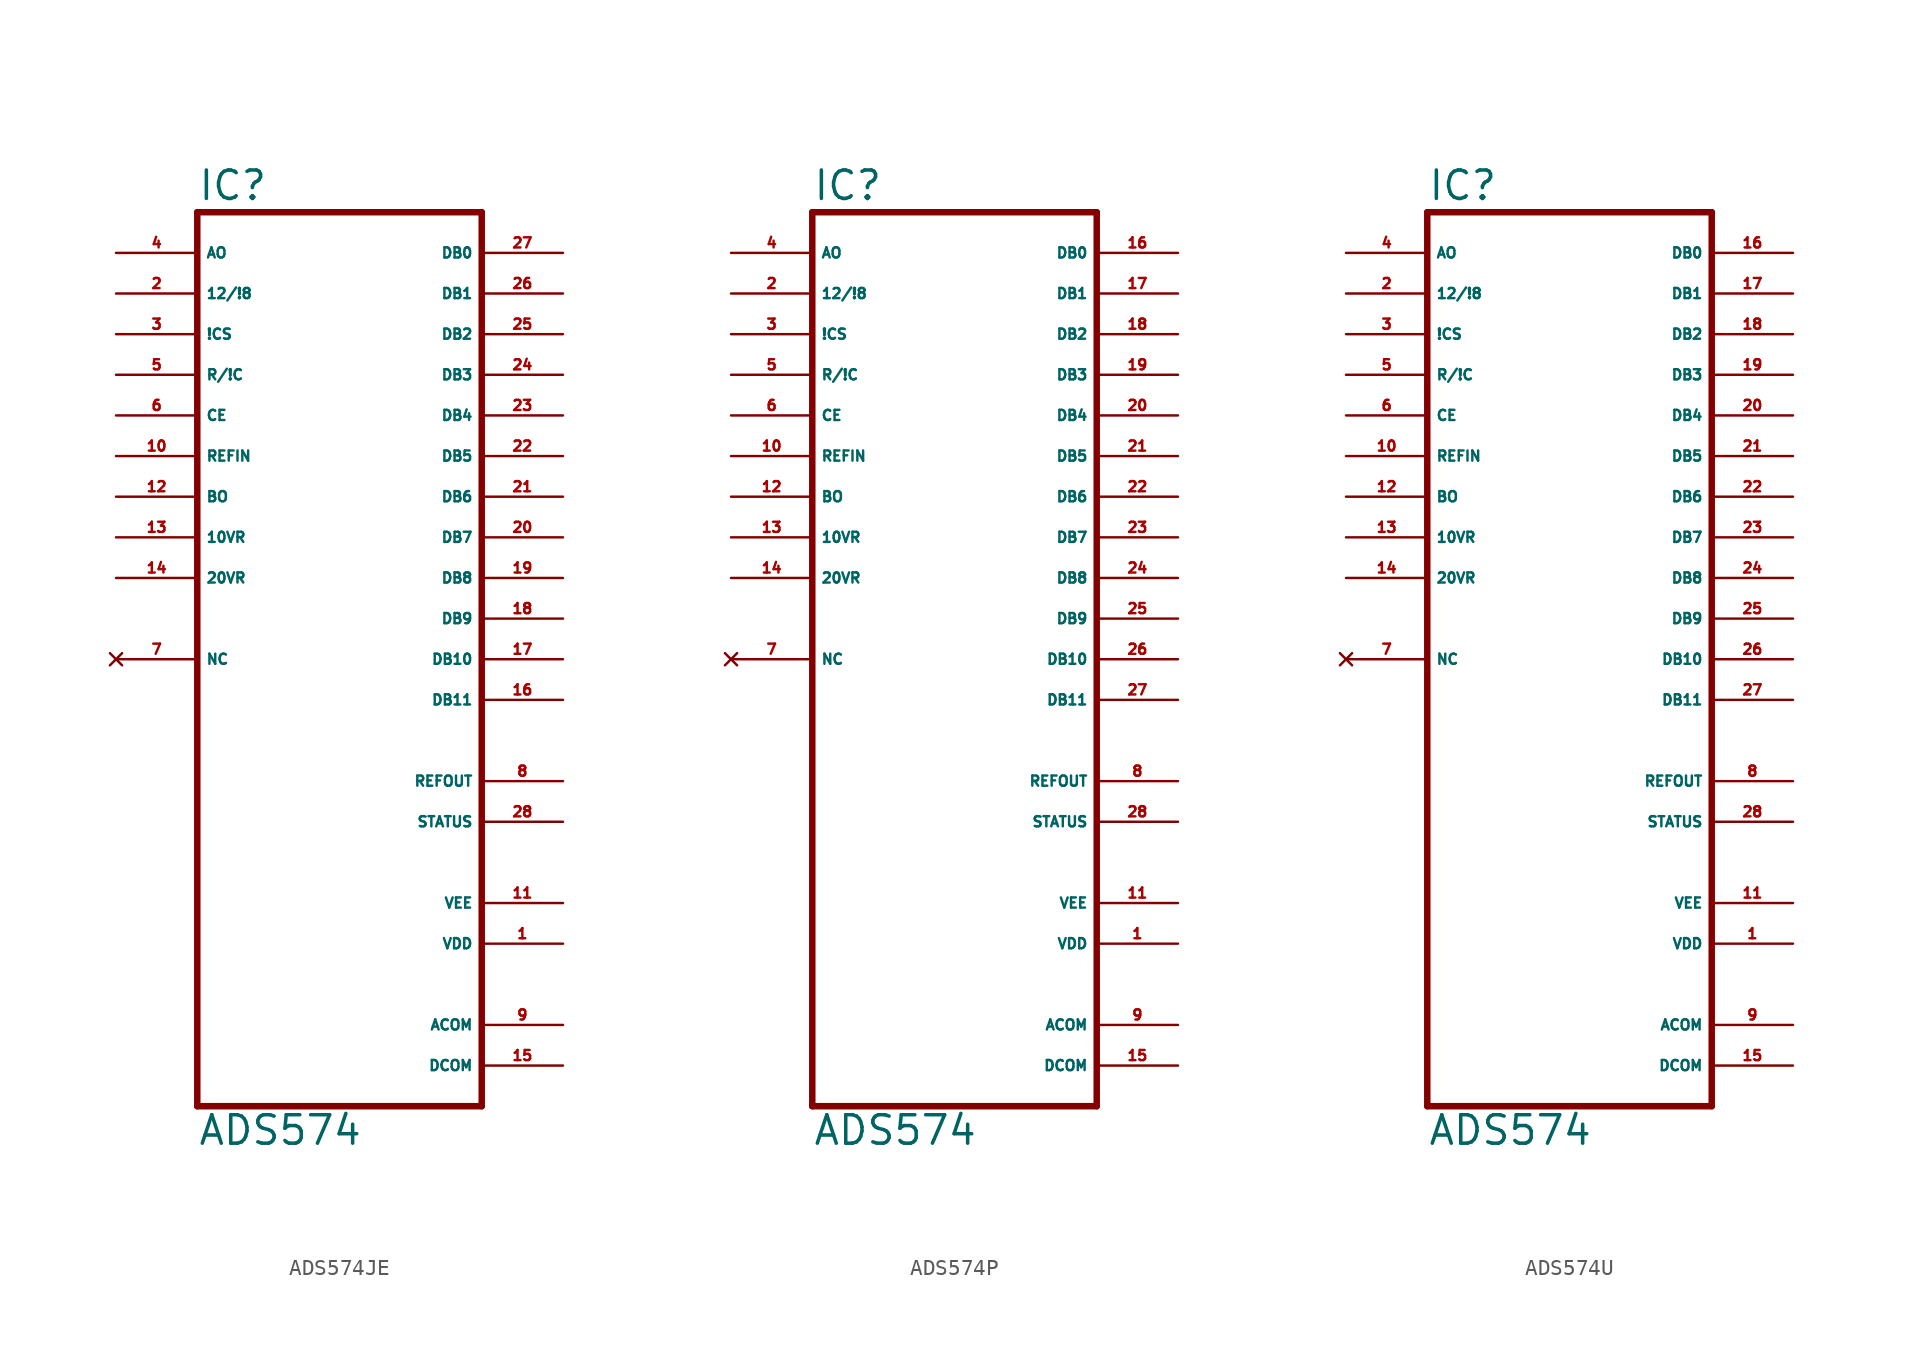
<source format=kicad_sym>
(kicad_symbol_lib
  (version 20220914)
  (generator Eagle2Kicad)
  (symbol "ADS574JE"
    (property "Reference" "IC"
      (at -7.62 28.575 0)
      (effects (font (size 1.778 1.778) (thickness 0.22)) (justify left bottom)))
    (property "Value" "ADS574"
      (at -7.62 -30.48 0)
      (effects (font (size 1.778 1.778) (thickness 0.22)) (justify left bottom)))
    (polyline
      (pts (xy 10.16 -27.94) (xy -7.62 -27.94))
      (stroke (width 0.406) (type default))
      (fill (type none)))
    (polyline
      (pts (xy -7.62 -27.94) (xy -7.62 27.94))
      (stroke (width 0.406) (type default))
      (fill (type none)))
    (polyline
      (pts (xy -7.62 27.94) (xy 10.16 27.94))
      (stroke (width 0.406) (type default))
      (fill (type none)))
    (polyline
      (pts (xy 10.16 27.94) (xy 10.16 -27.94))
      (stroke (width 0.406) (type default))
      (fill (type none)))
    (pin output line
      (at 15.24 25.4 180)
      (length 5.08)
      (name "DB0" (effects (font (size 0.635 0.635) (thickness 0.08)) (justify left bottom)))
      (number "27" (effects (font (size 0.635 0.635) (thickness 0.08)) (justify left bottom))))
    (pin output line
      (at 15.24 22.86 180)
      (length 5.08)
      (name "DB1" (effects (font (size 0.635 0.635) (thickness 0.08)) (justify left bottom)))
      (number "26" (effects (font (size 0.635 0.635) (thickness 0.08)) (justify left bottom))))
    (pin output line
      (at 15.24 20.32 180)
      (length 5.08)
      (name "DB2" (effects (font (size 0.635 0.635) (thickness 0.08)) (justify left bottom)))
      (number "25" (effects (font (size 0.635 0.635) (thickness 0.08)) (justify left bottom))))
    (pin output line
      (at 15.24 17.78 180)
      (length 5.08)
      (name "DB3" (effects (font (size 0.635 0.635) (thickness 0.08)) (justify left bottom)))
      (number "24" (effects (font (size 0.635 0.635) (thickness 0.08)) (justify left bottom))))
    (pin output line
      (at 15.24 15.24 180)
      (length 5.08)
      (name "DB4" (effects (font (size 0.635 0.635) (thickness 0.08)) (justify left bottom)))
      (number "23" (effects (font (size 0.635 0.635) (thickness 0.08)) (justify left bottom))))
    (pin output line
      (at 15.24 12.7 180)
      (length 5.08)
      (name "DB5" (effects (font (size 0.635 0.635) (thickness 0.08)) (justify left bottom)))
      (number "22" (effects (font (size 0.635 0.635) (thickness 0.08)) (justify left bottom))))
    (pin output line
      (at 15.24 10.16 180)
      (length 5.08)
      (name "DB6" (effects (font (size 0.635 0.635) (thickness 0.08)) (justify left bottom)))
      (number "21" (effects (font (size 0.635 0.635) (thickness 0.08)) (justify left bottom))))
    (pin output line
      (at 15.24 7.62 180)
      (length 5.08)
      (name "DB7" (effects (font (size 0.635 0.635) (thickness 0.08)) (justify left bottom)))
      (number "20" (effects (font (size 0.635 0.635) (thickness 0.08)) (justify left bottom))))
    (pin output line
      (at 15.24 5.08 180)
      (length 5.08)
      (name "DB8" (effects (font (size 0.635 0.635) (thickness 0.08)) (justify left bottom)))
      (number "19" (effects (font (size 0.635 0.635) (thickness 0.08)) (justify left bottom))))
    (pin output line
      (at 15.24 2.54 180)
      (length 5.08)
      (name "DB9" (effects (font (size 0.635 0.635) (thickness 0.08)) (justify left bottom)))
      (number "18" (effects (font (size 0.635 0.635) (thickness 0.08)) (justify left bottom))))
    (pin output line
      (at 15.24 0 180)
      (length 5.08)
      (name "DB10" (effects (font (size 0.635 0.635) (thickness 0.08)) (justify left bottom)))
      (number "17" (effects (font (size 0.635 0.635) (thickness 0.08)) (justify left bottom))))
    (pin output line
      (at 15.24 -2.54 180)
      (length 5.08)
      (name "DB11" (effects (font (size 0.635 0.635) (thickness 0.08)) (justify left bottom)))
      (number "16" (effects (font (size 0.635 0.635) (thickness 0.08)) (justify left bottom))))
    (pin no_connect line
      (at -12.7 0 0)
      (length 5.08)
      (name "NC" (effects (font (size 0.635 0.635) (thickness 0.08)) (justify left bottom) hide))
      (number "7" (effects (font (size 0.635 0.635) (thickness 0.08)) (justify left bottom) hide)))
    (pin input line
      (at -12.7 15.24 0)
      (length 5.08)
      (name "CE" (effects (font (size 0.635 0.635) (thickness 0.08)) (justify left bottom)))
      (number "6" (effects (font (size 0.635 0.635) (thickness 0.08)) (justify left bottom))))
    (pin input line
      (at -12.7 12.7 0)
      (length 5.08)
      (name "REFIN" (effects (font (size 0.635 0.635) (thickness 0.08)) (justify left bottom)))
      (number "10" (effects (font (size 0.635 0.635) (thickness 0.08)) (justify left bottom))))
    (pin input line
      (at -12.7 10.16 0)
      (length 5.08)
      (name "BO" (effects (font (size 0.635 0.635) (thickness 0.08)) (justify left bottom)))
      (number "12" (effects (font (size 0.635 0.635) (thickness 0.08)) (justify left bottom))))
    (pin input line
      (at -12.7 7.62 0)
      (length 5.08)
      (name "10VR" (effects (font (size 0.635 0.635) (thickness 0.08)) (justify left bottom)))
      (number "13" (effects (font (size 0.635 0.635) (thickness 0.08)) (justify left bottom))))
    (pin input line
      (at -12.7 5.08 0)
      (length 5.08)
      (name "20VR" (effects (font (size 0.635 0.635) (thickness 0.08)) (justify left bottom)))
      (number "14" (effects (font (size 0.635 0.635) (thickness 0.08)) (justify left bottom))))
    (pin output line
      (at 15.24 -10.16 180)
      (length 5.08)
      (name "STATUS" (effects (font (size 0.635 0.635) (thickness 0.08)) (justify left bottom)))
      (number "28" (effects (font (size 0.635 0.635) (thickness 0.08)) (justify left bottom))))
    (pin input line
      (at -12.7 17.78 0)
      (length 5.08)
      (name "R/!C" (effects (font (size 0.635 0.635) (thickness 0.08)) (justify left bottom)))
      (number "5" (effects (font (size 0.635 0.635) (thickness 0.08)) (justify left bottom))))
    (pin input line
      (at -12.7 20.32 0)
      (length 5.08)
      (name "!CS" (effects (font (size 0.635 0.635) (thickness 0.08)) (justify left bottom)))
      (number "3" (effects (font (size 0.635 0.635) (thickness 0.08)) (justify left bottom))))
    (pin input line
      (at -12.7 25.4 0)
      (length 5.08)
      (name "AO" (effects (font (size 0.635 0.635) (thickness 0.08)) (justify left bottom)))
      (number "4" (effects (font (size 0.635 0.635) (thickness 0.08)) (justify left bottom))))
    (pin input line
      (at -12.7 22.86 0)
      (length 5.08)
      (name "12/!8" (effects (font (size 0.635 0.635) (thickness 0.08)) (justify left bottom)))
      (number "2" (effects (font (size 0.635 0.635) (thickness 0.08)) (justify left bottom))))
    (pin output line
      (at 15.24 -7.62 180)
      (length 5.08)
      (name "REFOUT" (effects (font (size 0.635 0.635) (thickness 0.08)) (justify left bottom)))
      (number "8" (effects (font (size 0.635 0.635) (thickness 0.08)) (justify left bottom))))
    (pin unspecified line
      (at 15.24 -15.24 180)
      (length 5.08)
      (name "VEE" (effects (font (size 0.635 0.635) (thickness 0.08)) (justify left bottom)))
      (number "11" (effects (font (size 0.635 0.635) (thickness 0.08)) (justify left bottom))))
    (pin unspecified line
      (at 15.24 -17.78 180)
      (length 5.08)
      (name "VDD" (effects (font (size 0.635 0.635) (thickness 0.08)) (justify left bottom)))
      (number "1" (effects (font (size 0.635 0.635) (thickness 0.08)) (justify left bottom))))
    (pin unspecified line
      (at 15.24 -22.86 180)
      (length 5.08)
      (name "ACOM" (effects (font (size 0.635 0.635) (thickness 0.08)) (justify left bottom)))
      (number "9" (effects (font (size 0.635 0.635) (thickness 0.08)) (justify left bottom))))
    (pin unspecified line
      (at 15.24 -25.4 180)
      (length 5.08)
      (name "DCOM" (effects (font (size 0.635 0.635) (thickness 0.08)) (justify left bottom)))
      (number "15" (effects (font (size 0.635 0.635) (thickness 0.08)) (justify left bottom)))))
  (symbol "ADS574P"
    (property "Reference" "IC"
      (at -7.62 28.575 0)
      (effects (font (size 1.778 1.778) (thickness 0.22)) (justify left bottom)))
    (property "Value" "ADS574"
      (at -7.62 -30.48 0)
      (effects (font (size 1.778 1.778) (thickness 0.22)) (justify left bottom)))
    (polyline
      (pts (xy 10.16 -27.94) (xy -7.62 -27.94))
      (stroke (width 0.406) (type default))
      (fill (type none)))
    (polyline
      (pts (xy -7.62 -27.94) (xy -7.62 27.94))
      (stroke (width 0.406) (type default))
      (fill (type none)))
    (polyline
      (pts (xy -7.62 27.94) (xy 10.16 27.94))
      (stroke (width 0.406) (type default))
      (fill (type none)))
    (polyline
      (pts (xy 10.16 27.94) (xy 10.16 -27.94))
      (stroke (width 0.406) (type default))
      (fill (type none)))
    (pin output line
      (at 15.24 25.4 180)
      (length 5.08)
      (name "DB0" (effects (font (size 0.635 0.635) (thickness 0.08)) (justify left bottom)))
      (number "16" (effects (font (size 0.635 0.635) (thickness 0.08)) (justify left bottom))))
    (pin output line
      (at 15.24 22.86 180)
      (length 5.08)
      (name "DB1" (effects (font (size 0.635 0.635) (thickness 0.08)) (justify left bottom)))
      (number "17" (effects (font (size 0.635 0.635) (thickness 0.08)) (justify left bottom))))
    (pin output line
      (at 15.24 20.32 180)
      (length 5.08)
      (name "DB2" (effects (font (size 0.635 0.635) (thickness 0.08)) (justify left bottom)))
      (number "18" (effects (font (size 0.635 0.635) (thickness 0.08)) (justify left bottom))))
    (pin output line
      (at 15.24 17.78 180)
      (length 5.08)
      (name "DB3" (effects (font (size 0.635 0.635) (thickness 0.08)) (justify left bottom)))
      (number "19" (effects (font (size 0.635 0.635) (thickness 0.08)) (justify left bottom))))
    (pin output line
      (at 15.24 15.24 180)
      (length 5.08)
      (name "DB4" (effects (font (size 0.635 0.635) (thickness 0.08)) (justify left bottom)))
      (number "20" (effects (font (size 0.635 0.635) (thickness 0.08)) (justify left bottom))))
    (pin output line
      (at 15.24 12.7 180)
      (length 5.08)
      (name "DB5" (effects (font (size 0.635 0.635) (thickness 0.08)) (justify left bottom)))
      (number "21" (effects (font (size 0.635 0.635) (thickness 0.08)) (justify left bottom))))
    (pin output line
      (at 15.24 10.16 180)
      (length 5.08)
      (name "DB6" (effects (font (size 0.635 0.635) (thickness 0.08)) (justify left bottom)))
      (number "22" (effects (font (size 0.635 0.635) (thickness 0.08)) (justify left bottom))))
    (pin output line
      (at 15.24 7.62 180)
      (length 5.08)
      (name "DB7" (effects (font (size 0.635 0.635) (thickness 0.08)) (justify left bottom)))
      (number "23" (effects (font (size 0.635 0.635) (thickness 0.08)) (justify left bottom))))
    (pin output line
      (at 15.24 5.08 180)
      (length 5.08)
      (name "DB8" (effects (font (size 0.635 0.635) (thickness 0.08)) (justify left bottom)))
      (number "24" (effects (font (size 0.635 0.635) (thickness 0.08)) (justify left bottom))))
    (pin output line
      (at 15.24 2.54 180)
      (length 5.08)
      (name "DB9" (effects (font (size 0.635 0.635) (thickness 0.08)) (justify left bottom)))
      (number "25" (effects (font (size 0.635 0.635) (thickness 0.08)) (justify left bottom))))
    (pin output line
      (at 15.24 0 180)
      (length 5.08)
      (name "DB10" (effects (font (size 0.635 0.635) (thickness 0.08)) (justify left bottom)))
      (number "26" (effects (font (size 0.635 0.635) (thickness 0.08)) (justify left bottom))))
    (pin output line
      (at 15.24 -2.54 180)
      (length 5.08)
      (name "DB11" (effects (font (size 0.635 0.635) (thickness 0.08)) (justify left bottom)))
      (number "27" (effects (font (size 0.635 0.635) (thickness 0.08)) (justify left bottom))))
    (pin no_connect line
      (at -12.7 0 0)
      (length 5.08)
      (name "NC" (effects (font (size 0.635 0.635) (thickness 0.08)) (justify left bottom) hide))
      (number "7" (effects (font (size 0.635 0.635) (thickness 0.08)) (justify left bottom) hide)))
    (pin input line
      (at -12.7 15.24 0)
      (length 5.08)
      (name "CE" (effects (font (size 0.635 0.635) (thickness 0.08)) (justify left bottom)))
      (number "6" (effects (font (size 0.635 0.635) (thickness 0.08)) (justify left bottom))))
    (pin input line
      (at -12.7 12.7 0)
      (length 5.08)
      (name "REFIN" (effects (font (size 0.635 0.635) (thickness 0.08)) (justify left bottom)))
      (number "10" (effects (font (size 0.635 0.635) (thickness 0.08)) (justify left bottom))))
    (pin input line
      (at -12.7 10.16 0)
      (length 5.08)
      (name "BO" (effects (font (size 0.635 0.635) (thickness 0.08)) (justify left bottom)))
      (number "12" (effects (font (size 0.635 0.635) (thickness 0.08)) (justify left bottom))))
    (pin input line
      (at -12.7 7.62 0)
      (length 5.08)
      (name "10VR" (effects (font (size 0.635 0.635) (thickness 0.08)) (justify left bottom)))
      (number "13" (effects (font (size 0.635 0.635) (thickness 0.08)) (justify left bottom))))
    (pin input line
      (at -12.7 5.08 0)
      (length 5.08)
      (name "20VR" (effects (font (size 0.635 0.635) (thickness 0.08)) (justify left bottom)))
      (number "14" (effects (font (size 0.635 0.635) (thickness 0.08)) (justify left bottom))))
    (pin output line
      (at 15.24 -10.16 180)
      (length 5.08)
      (name "STATUS" (effects (font (size 0.635 0.635) (thickness 0.08)) (justify left bottom)))
      (number "28" (effects (font (size 0.635 0.635) (thickness 0.08)) (justify left bottom))))
    (pin input line
      (at -12.7 17.78 0)
      (length 5.08)
      (name "R/!C" (effects (font (size 0.635 0.635) (thickness 0.08)) (justify left bottom)))
      (number "5" (effects (font (size 0.635 0.635) (thickness 0.08)) (justify left bottom))))
    (pin input line
      (at -12.7 20.32 0)
      (length 5.08)
      (name "!CS" (effects (font (size 0.635 0.635) (thickness 0.08)) (justify left bottom)))
      (number "3" (effects (font (size 0.635 0.635) (thickness 0.08)) (justify left bottom))))
    (pin input line
      (at -12.7 25.4 0)
      (length 5.08)
      (name "AO" (effects (font (size 0.635 0.635) (thickness 0.08)) (justify left bottom)))
      (number "4" (effects (font (size 0.635 0.635) (thickness 0.08)) (justify left bottom))))
    (pin input line
      (at -12.7 22.86 0)
      (length 5.08)
      (name "12/!8" (effects (font (size 0.635 0.635) (thickness 0.08)) (justify left bottom)))
      (number "2" (effects (font (size 0.635 0.635) (thickness 0.08)) (justify left bottom))))
    (pin output line
      (at 15.24 -7.62 180)
      (length 5.08)
      (name "REFOUT" (effects (font (size 0.635 0.635) (thickness 0.08)) (justify left bottom)))
      (number "8" (effects (font (size 0.635 0.635) (thickness 0.08)) (justify left bottom))))
    (pin unspecified line
      (at 15.24 -15.24 180)
      (length 5.08)
      (name "VEE" (effects (font (size 0.635 0.635) (thickness 0.08)) (justify left bottom)))
      (number "11" (effects (font (size 0.635 0.635) (thickness 0.08)) (justify left bottom))))
    (pin unspecified line
      (at 15.24 -17.78 180)
      (length 5.08)
      (name "VDD" (effects (font (size 0.635 0.635) (thickness 0.08)) (justify left bottom)))
      (number "1" (effects (font (size 0.635 0.635) (thickness 0.08)) (justify left bottom))))
    (pin unspecified line
      (at 15.24 -22.86 180)
      (length 5.08)
      (name "ACOM" (effects (font (size 0.635 0.635) (thickness 0.08)) (justify left bottom)))
      (number "9" (effects (font (size 0.635 0.635) (thickness 0.08)) (justify left bottom))))
    (pin unspecified line
      (at 15.24 -25.4 180)
      (length 5.08)
      (name "DCOM" (effects (font (size 0.635 0.635) (thickness 0.08)) (justify left bottom)))
      (number "15" (effects (font (size 0.635 0.635) (thickness 0.08)) (justify left bottom)))))
  (symbol "ADS574U"
    (property "Reference" "IC"
      (at -7.62 28.575 0)
      (effects (font (size 1.778 1.778) (thickness 0.22)) (justify left bottom)))
    (property "Value" "ADS574"
      (at -7.62 -30.48 0)
      (effects (font (size 1.778 1.778) (thickness 0.22)) (justify left bottom)))
    (polyline
      (pts (xy 10.16 -27.94) (xy -7.62 -27.94))
      (stroke (width 0.406) (type default))
      (fill (type none)))
    (polyline
      (pts (xy -7.62 -27.94) (xy -7.62 27.94))
      (stroke (width 0.406) (type default))
      (fill (type none)))
    (polyline
      (pts (xy -7.62 27.94) (xy 10.16 27.94))
      (stroke (width 0.406) (type default))
      (fill (type none)))
    (polyline
      (pts (xy 10.16 27.94) (xy 10.16 -27.94))
      (stroke (width 0.406) (type default))
      (fill (type none)))
    (pin output line
      (at 15.24 25.4 180)
      (length 5.08)
      (name "DB0" (effects (font (size 0.635 0.635) (thickness 0.08)) (justify left bottom)))
      (number "16" (effects (font (size 0.635 0.635) (thickness 0.08)) (justify left bottom))))
    (pin output line
      (at 15.24 22.86 180)
      (length 5.08)
      (name "DB1" (effects (font (size 0.635 0.635) (thickness 0.08)) (justify left bottom)))
      (number "17" (effects (font (size 0.635 0.635) (thickness 0.08)) (justify left bottom))))
    (pin output line
      (at 15.24 20.32 180)
      (length 5.08)
      (name "DB2" (effects (font (size 0.635 0.635) (thickness 0.08)) (justify left bottom)))
      (number "18" (effects (font (size 0.635 0.635) (thickness 0.08)) (justify left bottom))))
    (pin output line
      (at 15.24 17.78 180)
      (length 5.08)
      (name "DB3" (effects (font (size 0.635 0.635) (thickness 0.08)) (justify left bottom)))
      (number "19" (effects (font (size 0.635 0.635) (thickness 0.08)) (justify left bottom))))
    (pin output line
      (at 15.24 15.24 180)
      (length 5.08)
      (name "DB4" (effects (font (size 0.635 0.635) (thickness 0.08)) (justify left bottom)))
      (number "20" (effects (font (size 0.635 0.635) (thickness 0.08)) (justify left bottom))))
    (pin output line
      (at 15.24 12.7 180)
      (length 5.08)
      (name "DB5" (effects (font (size 0.635 0.635) (thickness 0.08)) (justify left bottom)))
      (number "21" (effects (font (size 0.635 0.635) (thickness 0.08)) (justify left bottom))))
    (pin output line
      (at 15.24 10.16 180)
      (length 5.08)
      (name "DB6" (effects (font (size 0.635 0.635) (thickness 0.08)) (justify left bottom)))
      (number "22" (effects (font (size 0.635 0.635) (thickness 0.08)) (justify left bottom))))
    (pin output line
      (at 15.24 7.62 180)
      (length 5.08)
      (name "DB7" (effects (font (size 0.635 0.635) (thickness 0.08)) (justify left bottom)))
      (number "23" (effects (font (size 0.635 0.635) (thickness 0.08)) (justify left bottom))))
    (pin output line
      (at 15.24 5.08 180)
      (length 5.08)
      (name "DB8" (effects (font (size 0.635 0.635) (thickness 0.08)) (justify left bottom)))
      (number "24" (effects (font (size 0.635 0.635) (thickness 0.08)) (justify left bottom))))
    (pin output line
      (at 15.24 2.54 180)
      (length 5.08)
      (name "DB9" (effects (font (size 0.635 0.635) (thickness 0.08)) (justify left bottom)))
      (number "25" (effects (font (size 0.635 0.635) (thickness 0.08)) (justify left bottom))))
    (pin output line
      (at 15.24 0 180)
      (length 5.08)
      (name "DB10" (effects (font (size 0.635 0.635) (thickness 0.08)) (justify left bottom)))
      (number "26" (effects (font (size 0.635 0.635) (thickness 0.08)) (justify left bottom))))
    (pin output line
      (at 15.24 -2.54 180)
      (length 5.08)
      (name "DB11" (effects (font (size 0.635 0.635) (thickness 0.08)) (justify left bottom)))
      (number "27" (effects (font (size 0.635 0.635) (thickness 0.08)) (justify left bottom))))
    (pin no_connect line
      (at -12.7 0 0)
      (length 5.08)
      (name "NC" (effects (font (size 0.635 0.635) (thickness 0.08)) (justify left bottom) hide))
      (number "7" (effects (font (size 0.635 0.635) (thickness 0.08)) (justify left bottom) hide)))
    (pin input line
      (at -12.7 15.24 0)
      (length 5.08)
      (name "CE" (effects (font (size 0.635 0.635) (thickness 0.08)) (justify left bottom)))
      (number "6" (effects (font (size 0.635 0.635) (thickness 0.08)) (justify left bottom))))
    (pin input line
      (at -12.7 12.7 0)
      (length 5.08)
      (name "REFIN" (effects (font (size 0.635 0.635) (thickness 0.08)) (justify left bottom)))
      (number "10" (effects (font (size 0.635 0.635) (thickness 0.08)) (justify left bottom))))
    (pin input line
      (at -12.7 10.16 0)
      (length 5.08)
      (name "BO" (effects (font (size 0.635 0.635) (thickness 0.08)) (justify left bottom)))
      (number "12" (effects (font (size 0.635 0.635) (thickness 0.08)) (justify left bottom))))
    (pin input line
      (at -12.7 7.62 0)
      (length 5.08)
      (name "10VR" (effects (font (size 0.635 0.635) (thickness 0.08)) (justify left bottom)))
      (number "13" (effects (font (size 0.635 0.635) (thickness 0.08)) (justify left bottom))))
    (pin input line
      (at -12.7 5.08 0)
      (length 5.08)
      (name "20VR" (effects (font (size 0.635 0.635) (thickness 0.08)) (justify left bottom)))
      (number "14" (effects (font (size 0.635 0.635) (thickness 0.08)) (justify left bottom))))
    (pin output line
      (at 15.24 -10.16 180)
      (length 5.08)
      (name "STATUS" (effects (font (size 0.635 0.635) (thickness 0.08)) (justify left bottom)))
      (number "28" (effects (font (size 0.635 0.635) (thickness 0.08)) (justify left bottom))))
    (pin input line
      (at -12.7 17.78 0)
      (length 5.08)
      (name "R/!C" (effects (font (size 0.635 0.635) (thickness 0.08)) (justify left bottom)))
      (number "5" (effects (font (size 0.635 0.635) (thickness 0.08)) (justify left bottom))))
    (pin input line
      (at -12.7 20.32 0)
      (length 5.08)
      (name "!CS" (effects (font (size 0.635 0.635) (thickness 0.08)) (justify left bottom)))
      (number "3" (effects (font (size 0.635 0.635) (thickness 0.08)) (justify left bottom))))
    (pin input line
      (at -12.7 25.4 0)
      (length 5.08)
      (name "AO" (effects (font (size 0.635 0.635) (thickness 0.08)) (justify left bottom)))
      (number "4" (effects (font (size 0.635 0.635) (thickness 0.08)) (justify left bottom))))
    (pin input line
      (at -12.7 22.86 0)
      (length 5.08)
      (name "12/!8" (effects (font (size 0.635 0.635) (thickness 0.08)) (justify left bottom)))
      (number "2" (effects (font (size 0.635 0.635) (thickness 0.08)) (justify left bottom))))
    (pin output line
      (at 15.24 -7.62 180)
      (length 5.08)
      (name "REFOUT" (effects (font (size 0.635 0.635) (thickness 0.08)) (justify left bottom)))
      (number "8" (effects (font (size 0.635 0.635) (thickness 0.08)) (justify left bottom))))
    (pin unspecified line
      (at 15.24 -15.24 180)
      (length 5.08)
      (name "VEE" (effects (font (size 0.635 0.635) (thickness 0.08)) (justify left bottom)))
      (number "11" (effects (font (size 0.635 0.635) (thickness 0.08)) (justify left bottom))))
    (pin unspecified line
      (at 15.24 -17.78 180)
      (length 5.08)
      (name "VDD" (effects (font (size 0.635 0.635) (thickness 0.08)) (justify left bottom)))
      (number "1" (effects (font (size 0.635 0.635) (thickness 0.08)) (justify left bottom))))
    (pin unspecified line
      (at 15.24 -22.86 180)
      (length 5.08)
      (name "ACOM" (effects (font (size 0.635 0.635) (thickness 0.08)) (justify left bottom)))
      (number "9" (effects (font (size 0.635 0.635) (thickness 0.08)) (justify left bottom))))
    (pin unspecified line
      (at 15.24 -25.4 180)
      (length 5.08)
      (name "DCOM" (effects (font (size 0.635 0.635) (thickness 0.08)) (justify left bottom)))
      (number "15" (effects (font (size 0.635 0.635) (thickness 0.08)) (justify left bottom))))))
</source>
